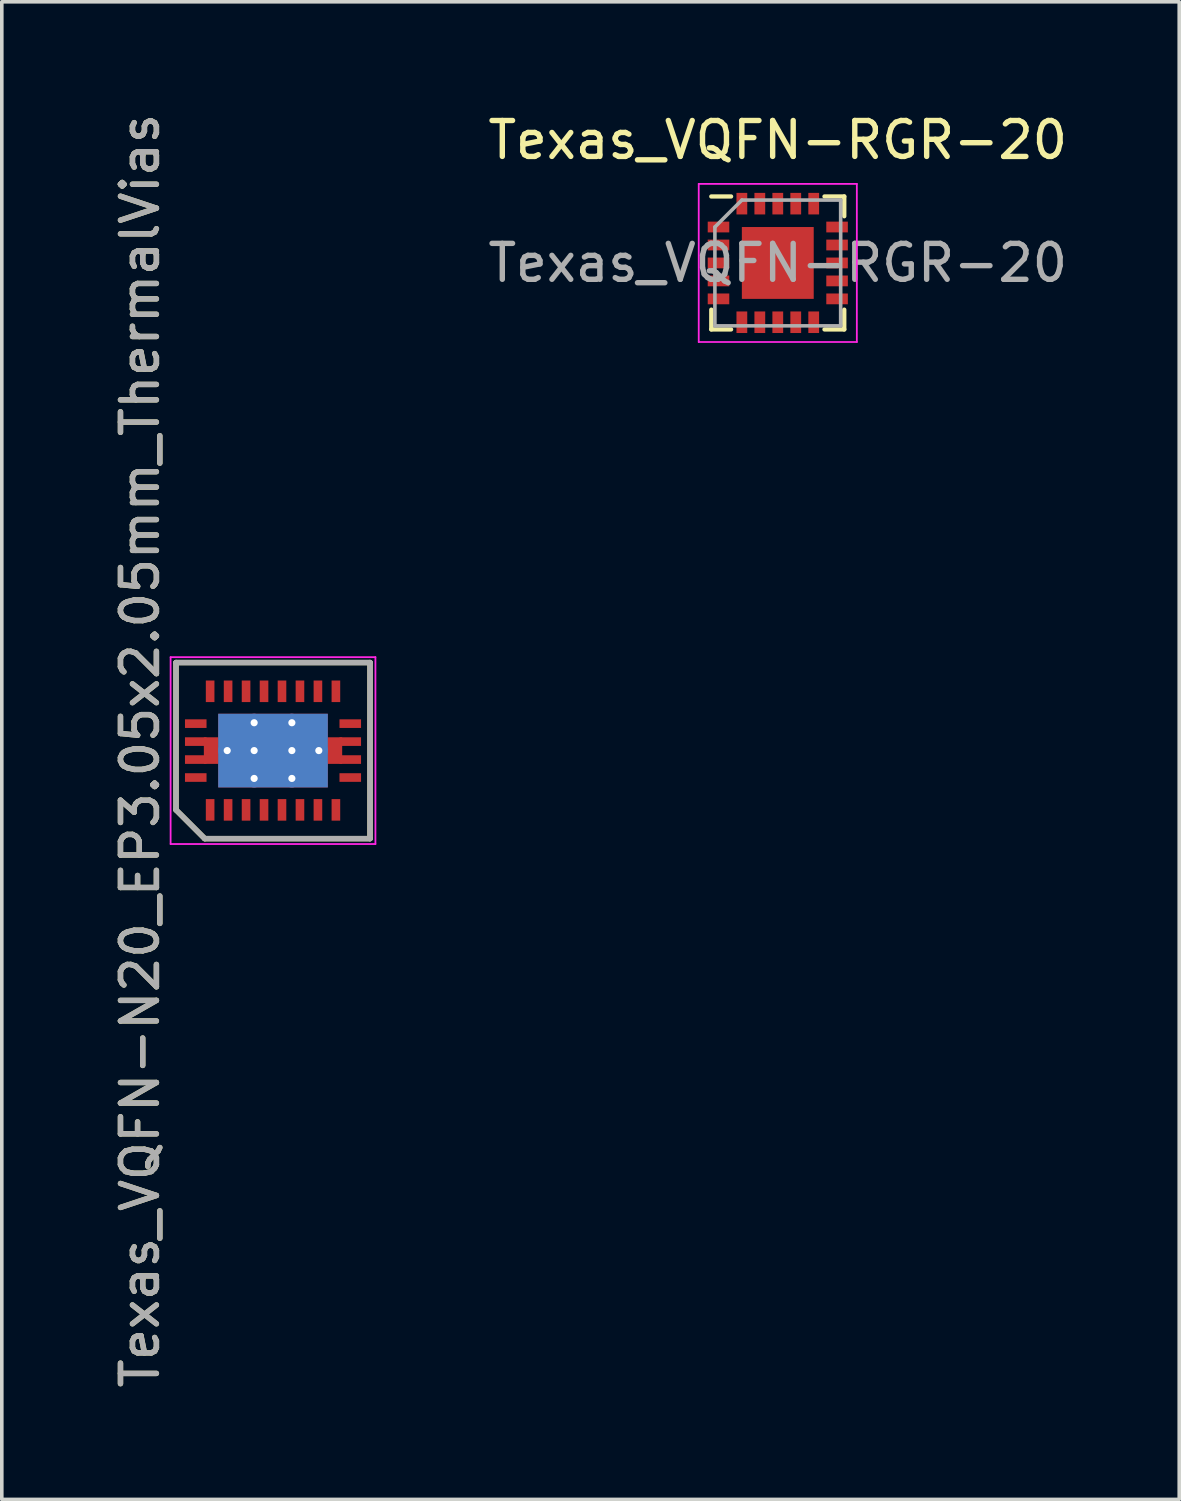
<source format=kicad_pcb>
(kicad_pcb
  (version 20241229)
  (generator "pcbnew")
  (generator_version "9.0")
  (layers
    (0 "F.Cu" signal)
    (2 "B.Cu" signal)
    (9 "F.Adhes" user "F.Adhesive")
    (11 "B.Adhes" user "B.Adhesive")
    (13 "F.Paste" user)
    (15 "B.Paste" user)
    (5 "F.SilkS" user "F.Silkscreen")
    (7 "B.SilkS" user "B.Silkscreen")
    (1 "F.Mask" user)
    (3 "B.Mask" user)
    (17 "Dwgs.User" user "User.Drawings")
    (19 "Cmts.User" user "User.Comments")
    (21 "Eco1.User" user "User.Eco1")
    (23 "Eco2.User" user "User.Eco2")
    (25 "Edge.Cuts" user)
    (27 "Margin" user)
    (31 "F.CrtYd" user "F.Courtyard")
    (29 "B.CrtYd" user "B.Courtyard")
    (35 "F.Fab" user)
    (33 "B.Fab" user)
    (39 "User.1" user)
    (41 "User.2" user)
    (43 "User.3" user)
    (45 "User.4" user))
  (footprint "Texas_VQFN-N20_EP3.05x2.05mm_ThermalVias"
    (layer "F.Cu")
    (at 4.548 17.839)
    (property "Reference" "Texas_VQFN-N20_EP3.05x2.05mm_ThermalVias" (at -3.7 0 90) (layer "F.SilkS") (effects (font (size 1 1) (thickness 0.15))))
    (attr smd)
    (fp_line (start -2.7 -2.45) (end 2.7 -2.45) (stroke (width 0.15) (type solid)) (layer "F.SilkS"))
    (fp_line (start -2.7 1.65) (end -2.7 -2.45) (stroke (width 0.15) (type solid)) (layer "F.SilkS"))
    (fp_line (start -1.9 2.45) (end -2.7 1.65) (stroke (width 0.15) (type solid)) (layer "F.SilkS"))
    (fp_line (start 2.7 -2.45) (end 2.7 2.45) (stroke (width 0.15) (type solid)) (layer "F.SilkS"))
    (fp_line (start 2.7 2.45) (end -1.9 2.45) (stroke (width 0.15) (type solid)) (layer "F.SilkS"))
    (fp_line (start -2.85 -2.6) (end 2.85 -2.6) (stroke (width 0.05) (type solid)) (layer "F.CrtYd"))
    (fp_line (start -2.85 2.6) (end -2.85 -2.6) (stroke (width 0.05) (type solid)) (layer "F.CrtYd"))
    (fp_line (start 2.85 -2.6) (end 2.85 2.6) (stroke (width 0.05) (type solid)) (layer "F.CrtYd"))
    (fp_line (start 2.85 2.6) (end -2.85 2.6) (stroke (width 0.05) (type solid)) (layer "F.CrtYd"))
    (fp_line (start -2.7 -2.45) (end 2.7 -2.45) (stroke (width 0.15) (type solid)) (layer "F.Fab"))
    (fp_line (start -2.7 1.65) (end -2.7 -2.45) (stroke (width 0.15) (type solid)) (layer "F.Fab"))
    (fp_line (start -1.9 2.45) (end -2.7 1.65) (stroke (width 0.15) (type solid)) (layer "F.Fab"))
    (fp_line (start 2.7 -2.45) (end 2.7 2.45) (stroke (width 0.15) (type solid)) (layer "F.Fab"))
    (fp_line (start 2.7 2.45) (end -1.9 2.45) (stroke (width 0.15) (type solid)) (layer "F.Fab"))
    (fp_text user "${REFERENCE}" (at -3.7 0 90) (layer "F.Fab") (effects (font (size 1 1) (thickness 0.15))))
    (pad "" smd rect (at -1.8 0) (size 0.25 0.74) (layers "F.Paste"))
    (pad "" smd rect (at -1.05 -0.56) (size 0.85 0.92) (layers "F.Paste"))
    (pad "" smd rect (at -1.05 0.56) (size 0.85 0.92) (layers "F.Paste"))
    (pad "" smd rect (at 0 -0.56) (size 0.85 0.92) (layers "F.Paste"))
    (pad "" smd rect (at 0 0.56) (size 0.85 0.92) (layers "F.Paste"))
    (pad "" smd rect (at 1.05 -0.56) (size 0.85 0.92) (layers "F.Paste"))
    (pad "" smd rect (at 1.05 0.56) (size 0.85 0.92) (layers "F.Paste"))
    (pad "" smd rect (at 1.8 0) (size 0.25 0.74) (layers "F.Paste"))
    (pad "1" smd rect (at -2.15 0.75 90) (size 0.24 0.6) (layers "F.Cu" "F.Mask" "F.Paste"))
    (pad "2" smd rect (at -1.75 1.65) (size 0.24 0.6) (layers "F.Cu" "F.Mask" "F.Paste"))
    (pad "3" smd rect (at -1.25 1.65) (size 0.24 0.6) (layers "F.Cu" "F.Mask" "F.Paste"))
    (pad "4" smd rect (at -0.75 1.65) (size 0.24 0.6) (layers "F.Cu" "F.Mask" "F.Paste"))
    (pad "5" smd rect (at -0.25 1.65) (size 0.24 0.6) (layers "F.Cu" "F.Mask" "F.Paste"))
    (pad "6" smd rect (at 0.25 1.65) (size 0.24 0.6) (layers "F.Cu" "F.Mask" "F.Paste"))
    (pad "7" smd rect (at 0.75 1.65) (size 0.24 0.6) (layers "F.Cu" "F.Mask" "F.Paste"))
    (pad "8" smd rect (at 1.25 1.65) (size 0.24 0.6) (layers "F.Cu" "F.Mask" "F.Paste"))
    (pad "9" smd rect (at 1.75 1.65) (size 0.24 0.6) (layers "F.Cu" "F.Mask" "F.Paste"))
    (pad "10" smd rect (at 2.15 0.75 90) (size 0.24 0.6) (layers "F.Cu" "F.Mask" "F.Paste"))
    (pad "11" smd rect (at 2.15 -0.75 90) (size 0.24 0.6) (layers "F.Cu" "F.Mask" "F.Paste"))
    (pad "12" smd rect (at 1.75 -1.65) (size 0.24 0.6) (layers "F.Cu" "F.Mask" "F.Paste"))
    (pad "13" smd rect (at 1.25 -1.65) (size 0.24 0.6) (layers "F.Cu" "F.Mask" "F.Paste"))
    (pad "14" smd rect (at 0.75 -1.65) (size 0.24 0.6) (layers "F.Cu" "F.Mask" "F.Paste"))
    (pad "15" smd rect (at 0.25 -1.65) (size 0.24 0.6) (layers "F.Cu" "F.Mask" "F.Paste"))
    (pad "16" smd rect (at -0.25 -1.65) (size 0.24 0.6) (layers "F.Cu" "F.Mask" "F.Paste"))
    (pad "17" smd rect (at -0.75 -1.65) (size 0.24 0.6) (layers "F.Cu" "F.Mask" "F.Paste"))
    (pad "18" smd rect (at -1.25 -1.65) (size 0.24 0.6) (layers "F.Cu" "F.Mask" "F.Paste"))
    (pad "19" smd rect (at -1.75 -1.65) (size 0.24 0.6) (layers "F.Cu" "F.Mask" "F.Paste"))
    (pad "20" smd rect (at -2.15 -0.75 90) (size 0.24 0.6) (layers "F.Cu" "F.Mask" "F.Paste"))
    (pad "21" smd rect (at -2.15 -0.25 90) (size 0.24 0.6) (layers "F.Cu" "F.Mask" "F.Paste"))
    (pad "21" smd rect (at -2.15 0.25 90) (size 0.24 0.6) (layers "F.Cu" "F.Mask" "F.Paste"))
    (pad "21" smd rect (at -1.725 0) (size 0.4 0.74) (layers "F.Cu" "F.Mask"))
    (pad "21" thru_hole circle (at -1.275 0) (size 0.5 0.5) (drill 0.2) (layers "*.Cu" "*.Mask"))
    (pad "21" thru_hole circle (at -0.525 -0.775) (size 0.5 0.5) (drill 0.2) (layers "*.Cu" "*.Mask"))
    (pad "21" thru_hole circle (at -0.525 0) (size 0.5 0.5) (drill 0.2) (layers "*.Cu" "*.Mask"))
    (pad "21" thru_hole circle (at -0.525 0.775) (size 0.5 0.5) (drill 0.2) (layers "*.Cu" "*.Mask"))
    (pad "21" smd rect (at 0 0) (size 3.05 2.05) (layers "F.Cu" "F.Mask"))
    (pad "21" smd rect (at 0 0) (size 3.05 2.05) (layers "B.Cu"))
    (pad "21" thru_hole circle (at 0.525 -0.775) (size 0.5 0.5) (drill 0.2) (layers "*.Cu" "*.Mask"))
    (pad "21" thru_hole circle (at 0.525 0) (size 0.5 0.5) (drill 0.2) (layers "*.Cu" "*.Mask"))
    (pad "21" thru_hole circle (at 0.525 0.775) (size 0.5 0.5) (drill 0.2) (layers "*.Cu" "*.Mask"))
    (pad "21" thru_hole circle (at 1.275 0) (size 0.5 0.5) (drill 0.2) (layers "*.Cu" "*.Mask"))
    (pad "21" smd rect (at 1.725 0) (size 0.4 0.74) (layers "F.Cu" "F.Mask"))
    (pad "21" smd rect (at 2.15 -0.25 90) (size 0.24 0.6) (layers "F.Cu" "F.Mask" "F.Paste"))
    (pad "21" smd rect (at 2.15 0.25 90) (size 0.24 0.6) (layers "F.Cu" "F.Mask" "F.Paste")))
  (footprint "Texas_VQFN-RGR-20"
    (layer "F.Cu")
    (at 18.596 4.268)
    (property "Reference" "Texas_VQFN-RGR-20" (at 0 -3.42 0) (layer "F.SilkS") (effects (font (size 1 1) (thickness 0.15))))
    (attr smd)
    (fp_line (start -1.85 -1.85) (end -1.3 -1.85) (stroke (width 0.12) (type solid)) (layer "F.SilkS"))
    (fp_line (start -1.85 1.85) (end -1.85 1.3) (stroke (width 0.12) (type solid)) (layer "F.SilkS"))
    (fp_line (start -1.85 1.85) (end -1.3 1.85) (stroke (width 0.12) (type solid)) (layer "F.SilkS"))
    (fp_line (start 1.85 -1.85) (end 1.3 -1.85) (stroke (width 0.12) (type solid)) (layer "F.SilkS"))
    (fp_line (start 1.85 -1.85) (end 1.85 -1.3) (stroke (width 0.12) (type solid)) (layer "F.SilkS"))
    (fp_line (start 1.85 1.85) (end 1.3 1.85) (stroke (width 0.12) (type solid)) (layer "F.SilkS"))
    (fp_line (start 1.85 1.85) (end 1.85 1.3) (stroke (width 0.12) (type solid)) (layer "F.SilkS"))
    (fp_line (start -2.2 -2.2) (end -2.2 2.2) (stroke (width 0.05) (type solid)) (layer "F.CrtYd"))
    (fp_line (start -2.2 -2.2) (end 2.2 -2.2) (stroke (width 0.05) (type solid)) (layer "F.CrtYd"))
    (fp_line (start -2.2 2.2) (end 2.2 2.2) (stroke (width 0.05) (type solid)) (layer "F.CrtYd"))
    (fp_line (start 2.2 -2.2) (end 2.2 2.2) (stroke (width 0.05) (type solid)) (layer "F.CrtYd"))
    (fp_line (start -1.75 -1) (end -1 -1.75) (stroke (width 0.1) (type solid)) (layer "F.Fab"))
    (fp_line (start -1.75 1.75) (end -1.75 -1) (stroke (width 0.1) (type solid)) (layer "F.Fab"))
    (fp_line (start -1 -1.75) (end 1.75 -1.75) (stroke (width 0.1) (type solid)) (layer "F.Fab"))
    (fp_line (start 1.75 -1.75) (end 1.75 1.75) (stroke (width 0.1) (type solid)) (layer "F.Fab"))
    (fp_line (start 1.75 1.75) (end -1.75 1.75) (stroke (width 0.1) (type solid)) (layer "F.Fab"))
    (fp_text user "${REFERENCE}" (at 0 0 0) (layer "F.Fab") (effects (font (size 1 1) (thickness 0.15))))
    (pad "1" smd rect (at -1.65 -1) (size 0.6 0.3) (layers "F.Cu" "F.Mask" "F.Paste"))
    (pad "2" smd rect (at -1.65 -0.5) (size 0.6 0.3) (layers "F.Cu" "F.Mask" "F.Paste"))
    (pad "3" smd rect (at -1.65 0) (size 0.6 0.3) (layers "F.Cu" "F.Mask" "F.Paste"))
    (pad "4" smd rect (at -1.65 0.5) (size 0.6 0.3) (layers "F.Cu" "F.Mask" "F.Paste"))
    (pad "5" smd rect (at -1.65 1) (size 0.6 0.3) (layers "F.Cu" "F.Mask" "F.Paste"))
    (pad "6" smd rect (at -1 1.65 90) (size 0.6 0.3) (layers "F.Cu" "F.Mask" "F.Paste"))
    (pad "7" smd rect (at -0.5 1.65 90) (size 0.6 0.3) (layers "F.Cu" "F.Mask" "F.Paste"))
    (pad "8" smd rect (at 0 1.65 90) (size 0.6 0.3) (layers "F.Cu" "F.Mask" "F.Paste"))
    (pad "9" smd rect (at 0.5 1.65 90) (size 0.6 0.3) (layers "F.Cu" "F.Mask" "F.Paste"))
    (pad "10" smd rect (at 1 1.65 90) (size 0.6 0.3) (layers "F.Cu" "F.Mask" "F.Paste"))
    (pad "11" smd rect (at 1.65 1) (size 0.6 0.3) (layers "F.Cu" "F.Mask" "F.Paste"))
    (pad "12" smd rect (at 1.65 0.5) (size 0.6 0.3) (layers "F.Cu" "F.Mask" "F.Paste"))
    (pad "13" smd rect (at 1.65 0) (size 0.6 0.3) (layers "F.Cu" "F.Mask" "F.Paste"))
    (pad "14" smd rect (at 1.65 -0.5) (size 0.6 0.3) (layers "F.Cu" "F.Mask" "F.Paste"))
    (pad "15" smd rect (at 1.65 -1) (size 0.6 0.3) (layers "F.Cu" "F.Mask" "F.Paste"))
    (pad "16" smd rect (at 1 -1.65 90) (size 0.6 0.3) (layers "F.Cu" "F.Mask" "F.Paste"))
    (pad "17" smd rect (at 0.5 -1.65 90) (size 0.6 0.3) (layers "F.Cu" "F.Mask" "F.Paste"))
    (pad "18" smd rect (at 0 -1.65 90) (size 0.6 0.3) (layers "F.Cu" "F.Mask" "F.Paste"))
    (pad "19" smd rect (at -0.5 -1.65 90) (size 0.6 0.3) (layers "F.Cu" "F.Mask" "F.Paste"))
    (pad "20" smd rect (at -1 -1.65 90) (size 0.6 0.3) (layers "F.Cu" "F.Mask" "F.Paste"))
    (pad "21" smd rect (at 0 0) (size 2 2) (layers "F.Cu" "F.Mask" "F.Paste")))
  (gr_rect
    (start -3 -3)
    (end 29.768 38.679)
    (stroke (width 0.1) (type default))
    (fill no)
    (layer "Edge.Cuts")))
</source>
